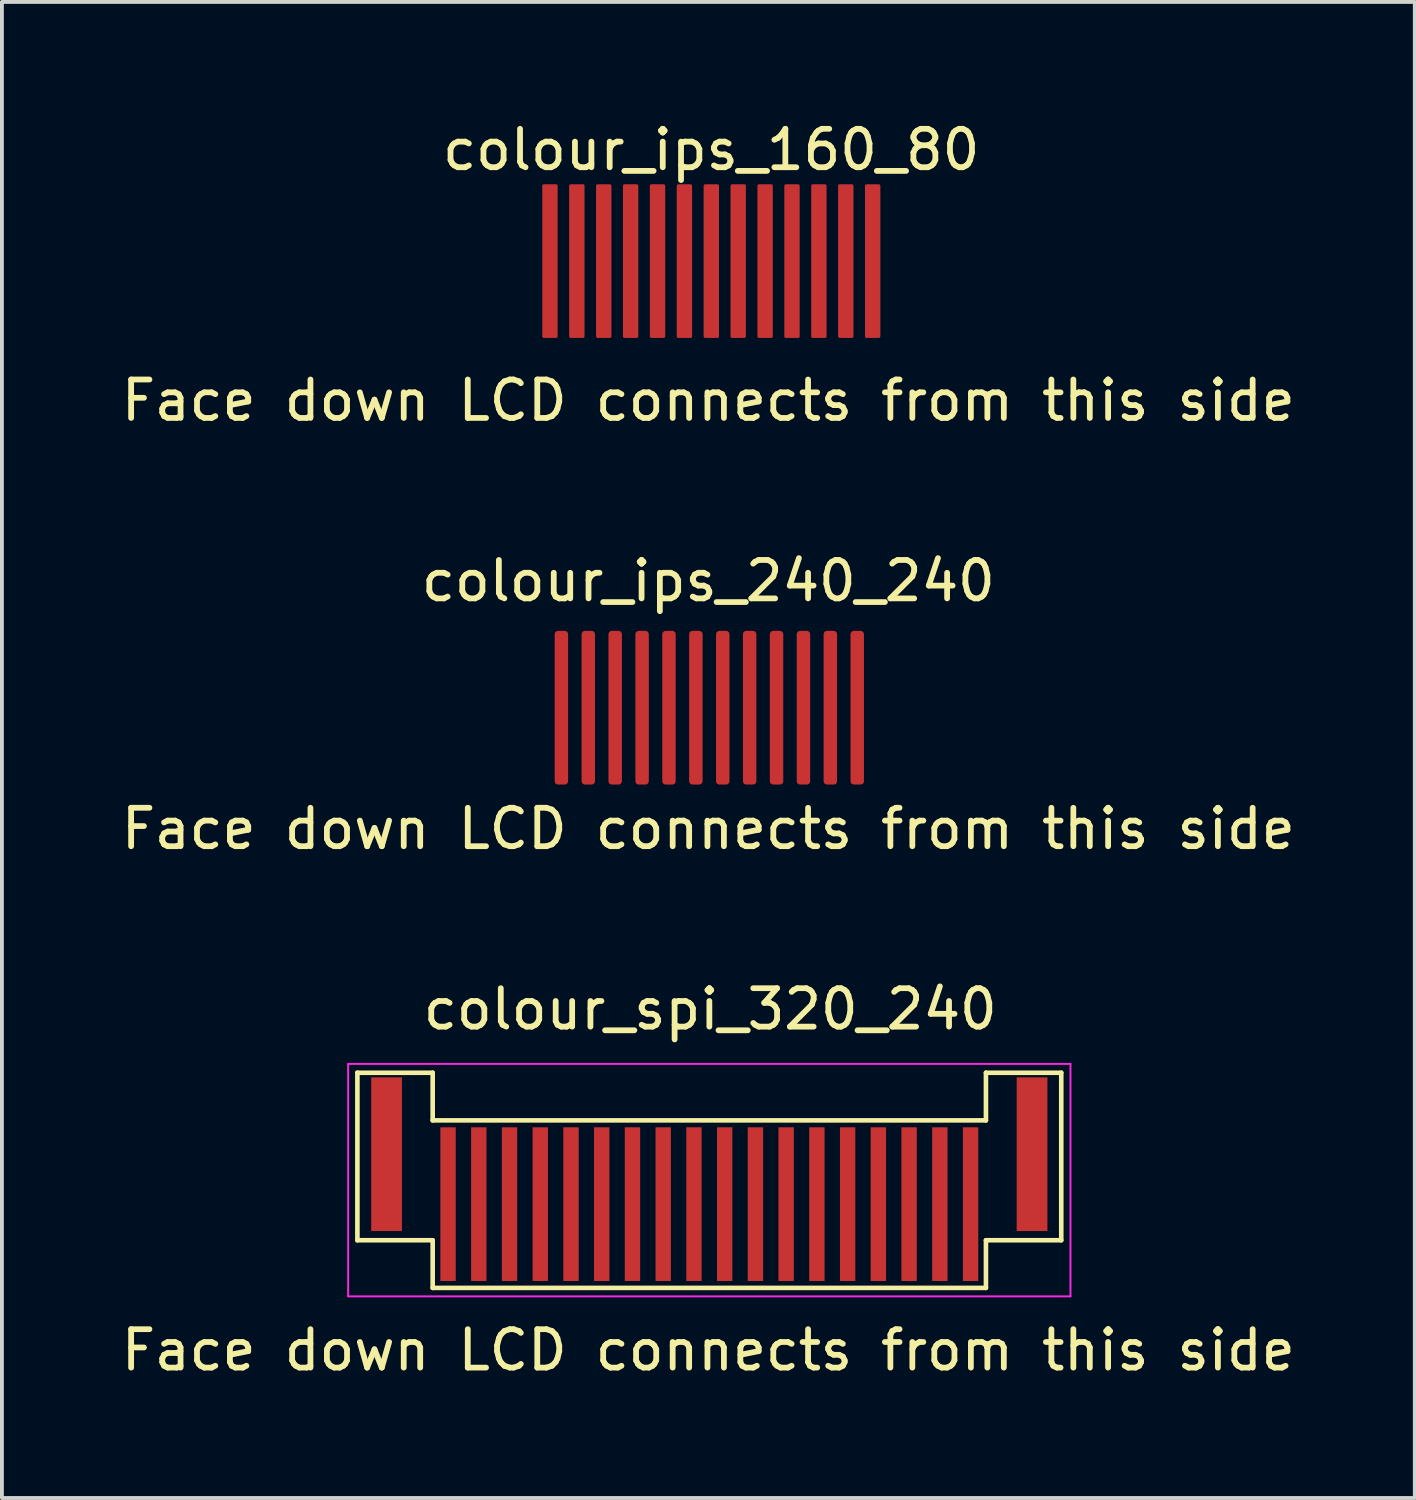
<source format=kicad_pcb>
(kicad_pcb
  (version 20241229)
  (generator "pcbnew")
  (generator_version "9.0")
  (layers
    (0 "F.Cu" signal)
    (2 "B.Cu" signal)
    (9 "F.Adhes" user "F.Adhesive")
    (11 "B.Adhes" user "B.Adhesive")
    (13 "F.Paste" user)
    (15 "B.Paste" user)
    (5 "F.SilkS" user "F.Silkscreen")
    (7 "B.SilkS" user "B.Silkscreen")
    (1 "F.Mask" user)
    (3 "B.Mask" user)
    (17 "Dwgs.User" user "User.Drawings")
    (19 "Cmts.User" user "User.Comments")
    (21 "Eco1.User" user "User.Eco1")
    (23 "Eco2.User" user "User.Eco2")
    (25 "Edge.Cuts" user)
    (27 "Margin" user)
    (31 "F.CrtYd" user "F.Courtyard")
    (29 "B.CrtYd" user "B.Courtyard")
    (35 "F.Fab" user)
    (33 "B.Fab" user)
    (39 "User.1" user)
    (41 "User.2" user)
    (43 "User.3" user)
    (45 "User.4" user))
  (footprint "colour_ips_240_240"
    (layer "F.Cu")
    (at 15.412 13.37)
    (property "Reference" "colour_ips_240_240" (at -0.025 -1.3 0) (layer "F.SilkS") (effects (font (size 1 1) (thickness 0.15))))
    (attr through_hole)
    (fp_text user "Face down LCD connects from this side" (at -0.025 5.15 0) (layer "F.SilkS") (effects (font (size 1 1) (thickness 0.15))))
    (pad "1" smd roundrect (at 3.85 2) (size 0.35 4) (layers "F.Cu" "F.Mask" "F.Paste") (roundrect_rratio 0.25))
    (pad "2" smd roundrect (at 3.15 2) (size 0.35 4) (layers "F.Cu" "F.Mask" "F.Paste") (roundrect_rratio 0.25))
    (pad "3" smd roundrect (at 2.45 2) (size 0.35 4) (layers "F.Cu" "F.Mask" "F.Paste") (roundrect_rratio 0.25))
    (pad "4" smd roundrect (at 1.75 2) (size 0.35 4) (layers "F.Cu" "F.Mask" "F.Paste") (roundrect_rratio 0.25))
    (pad "5" smd roundrect (at 1.05 2) (size 0.35 4) (layers "F.Cu" "F.Mask" "F.Paste") (roundrect_rratio 0.25))
    (pad "6" smd roundrect (at 0.35 2) (size 0.35 4) (layers "F.Cu" "F.Mask" "F.Paste") (roundrect_rratio 0.25))
    (pad "7" smd roundrect (at -0.35 2) (size 0.35 4) (layers "F.Cu" "F.Mask" "F.Paste") (roundrect_rratio 0.25))
    (pad "8" smd roundrect (at -1.05 2) (size 0.35 4) (layers "F.Cu" "F.Mask" "F.Paste") (roundrect_rratio 0.25))
    (pad "9" smd roundrect (at -1.75 2) (size 0.35 4) (layers "F.Cu" "F.Mask" "F.Paste") (roundrect_rratio 0.25))
    (pad "10" smd roundrect (at -2.45 2) (size 0.35 4) (layers "F.Cu" "F.Mask" "F.Paste") (roundrect_rratio 0.25))
    (pad "11" smd roundrect (at -3.15 2) (size 0.35 4) (layers "F.Cu" "F.Mask" "F.Paste") (roundrect_rratio 0.25))
    (pad "12" smd roundrect (at -3.85 2) (size 0.35 4) (layers "F.Cu" "F.Mask" "F.Paste") (roundrect_rratio 0.25)))
  (footprint "colour_ips_160_80"
    (layer "F.Cu")
    (at 15.462 2.848)
    (property "Reference" "colour_ips_160_80" (at 0 -2 0) (layer "F.SilkS") (effects (font (size 1 1) (thickness 0.15))))
    (attr through_hole)
    (fp_text user "Face down LCD connects from this side" (at -0.075 4.525 0) (layer "F.SilkS") (effects (font (size 1 1) (thickness 0.15))))
    (pad "1" connect roundrect (at 4.202 0.898) (size 0.4 4) (layers "F.Cu" "F.Mask") (roundrect_rratio 0.1))
    (pad "2" connect roundrect (at 3.502 0.898) (size 0.4 4) (layers "F.Cu" "F.Mask") (roundrect_rratio 0.1))
    (pad "3" connect roundrect (at 2.802 0.898) (size 0.4 4) (layers "F.Cu" "F.Mask") (roundrect_rratio 0.1))
    (pad "4" connect roundrect (at 2.102 0.898) (size 0.4 4) (layers "F.Cu" "F.Mask") (roundrect_rratio 0.1))
    (pad "5" connect roundrect (at 1.402 0.898) (size 0.4 4) (layers "F.Cu" "F.Mask") (roundrect_rratio 0.1))
    (pad "6" connect roundrect (at 0.702 0.898) (size 0.4 4) (layers "F.Cu" "F.Mask") (roundrect_rratio 0.1))
    (pad "7" connect roundrect (at 0.002 0.898) (size 0.4 4) (layers "F.Cu" "F.Mask") (roundrect_rratio 0.1))
    (pad "8" connect roundrect (at -0.698 0.898) (size 0.4 4) (layers "F.Cu" "F.Mask") (roundrect_rratio 0.1))
    (pad "9" connect roundrect (at -1.398 0.898) (size 0.4 4) (layers "F.Cu" "F.Mask") (roundrect_rratio 0.1))
    (pad "10" connect roundrect (at -2.098 0.898) (size 0.4 4) (layers "F.Cu" "F.Mask") (roundrect_rratio 0.1))
    (pad "11" connect roundrect (at -2.798 0.898) (size 0.4 4) (layers "F.Cu" "F.Mask") (roundrect_rratio 0.1))
    (pad "12" connect roundrect (at -3.498 0.898) (size 0.4 4) (layers "F.Cu" "F.Mask") (roundrect_rratio 0.1))
    (pad "13" connect roundrect (at -4.198 0.898) (size 0.4 4) (layers "F.Cu" "F.Mask") (roundrect_rratio 0.1)))
  (footprint "colour_spi_320_240"
    (layer "F.Cu")
    (at 15.412 26.966)
    (property "Reference" "colour_spi_320_240" (at 0.025 -3.75 180) (layer "F.SilkS") (effects (font (size 1 1) (thickness 0.15))))
    (attr smd)
    (fp_line (start -9.16 -2.095) (end -9.16 2.265) (stroke (width 0.12) (type solid)) (layer "F.SilkS"))
    (fp_line (start -9.16 2.265) (end -7.2 2.265) (stroke (width 0.12) (type solid)) (layer "F.SilkS"))
    (fp_line (start -7.2 -2.095) (end -9.16 -2.095) (stroke (width 0.12) (type solid)) (layer "F.SilkS"))
    (fp_line (start -7.2 -0.855) (end -7.2 -2.095) (stroke (width 0.12) (type solid)) (layer "F.SilkS"))
    (fp_line (start -7.2 2.265) (end -7.2 3.505) (stroke (width 0.12) (type solid)) (layer "F.SilkS"))
    (fp_line (start 7.2 -2.095) (end 9.16 -2.095) (stroke (width 0.12) (type solid)) (layer "F.SilkS"))
    (fp_line (start 7.2 -0.855) (end -7.2 -0.855) (stroke (width 0.12) (type solid)) (layer "F.SilkS"))
    (fp_line (start 7.2 -0.855) (end 7.2 -2.095) (stroke (width 0.12) (type solid)) (layer "F.SilkS"))
    (fp_line (start 7.2 2.265) (end 7.2 3.505) (stroke (width 0.12) (type solid)) (layer "F.SilkS"))
    (fp_line (start 7.2 3.505) (end -7.2 3.505) (stroke (width 0.12) (type solid)) (layer "F.SilkS"))
    (fp_line (start 9.16 -2.095) (end 9.16 2.265) (stroke (width 0.12) (type solid)) (layer "F.SilkS"))
    (fp_line (start 9.16 2.265) (end 7.2 2.265) (stroke (width 0.12) (type solid)) (layer "F.SilkS"))
    (fp_line (start -9.4 3.725) (end -9.4 -2.325) (stroke (width 0.05) (type solid)) (layer "F.CrtYd"))
    (fp_line (start 9.4 -2.325) (end -9.4 -2.325) (stroke (width 0.05) (type solid)) (layer "F.CrtYd"))
    (fp_line (start 9.4 3.725) (end -9.4 3.725) (stroke (width 0.05) (type solid)) (layer "F.CrtYd"))
    (fp_line (start 9.4 3.725) (end 9.4 -2.325) (stroke (width 0.05) (type solid)) (layer "F.CrtYd"))
    (fp_text user "Face down LCD connects from this side" (at -0.025 5.125 0) (layer "F.SilkS") (effects (font (size 1 1) (thickness 0.15))))
    (pad "0" smd rect (at -8.4 0.025 180) (size 0.8 4) (layers "F.Cu" "F.Mask" "F.Paste"))
    (pad "0" smd rect (at 8.4 0.025 180) (size 0.8 4) (layers "F.Cu" "F.Mask" "F.Paste"))
    (pad "1" smd rect (at -6.8 1.325 180) (size 0.4 4) (layers "F.Cu" "F.Mask" "F.Paste"))
    (pad "2" smd rect (at -6 1.325 180) (size 0.4 4) (layers "F.Cu" "F.Mask" "F.Paste"))
    (pad "3" smd rect (at -5.2 1.325 180) (size 0.4 4) (layers "F.Cu" "F.Mask" "F.Paste"))
    (pad "4" smd rect (at -4.4 1.325 180) (size 0.4 4) (layers "F.Cu" "F.Mask" "F.Paste"))
    (pad "5" smd rect (at -3.6 1.325 180) (size 0.4 4) (layers "F.Cu" "F.Mask" "F.Paste"))
    (pad "6" smd rect (at -2.8 1.325 180) (size 0.4 4) (layers "F.Cu" "F.Mask" "F.Paste"))
    (pad "7" smd rect (at -2 1.325 180) (size 0.4 4) (layers "F.Cu" "F.Mask" "F.Paste"))
    (pad "8" smd rect (at -1.2 1.325 180) (size 0.4 4) (layers "F.Cu" "F.Mask" "F.Paste"))
    (pad "9" smd rect (at -0.4 1.325 180) (size 0.4 4) (layers "F.Cu" "F.Mask" "F.Paste"))
    (pad "10" smd rect (at 0.4 1.325 180) (size 0.4 4) (layers "F.Cu" "F.Mask" "F.Paste"))
    (pad "11" smd rect (at 1.2 1.325 180) (size 0.4 4) (layers "F.Cu" "F.Mask" "F.Paste"))
    (pad "12" smd rect (at 2 1.325 180) (size 0.4 4) (layers "F.Cu" "F.Mask" "F.Paste"))
    (pad "13" smd rect (at 2.8 1.325 180) (size 0.4 4) (layers "F.Cu" "F.Mask" "F.Paste"))
    (pad "14" smd rect (at 3.6 1.325 180) (size 0.4 4) (layers "F.Cu" "F.Mask" "F.Paste"))
    (pad "15" smd rect (at 4.4 1.325 180) (size 0.4 4) (layers "F.Cu" "F.Mask" "F.Paste"))
    (pad "16" smd rect (at 5.2 1.325 180) (size 0.4 4) (layers "F.Cu" "F.Mask" "F.Paste"))
    (pad "17" smd rect (at 6 1.325 180) (size 0.4 4) (layers "F.Cu" "F.Mask" "F.Paste"))
    (pad "18" smd rect (at 6.8 1.325 180) (size 0.4 4) (layers "F.Cu" "F.Mask" "F.Paste")))
  (gr_rect
    (start -3 -3)
    (end 33.774 35.94)
    (stroke (width 0.1) (type default))
    (fill no)
    (layer "Edge.Cuts")))
</source>
